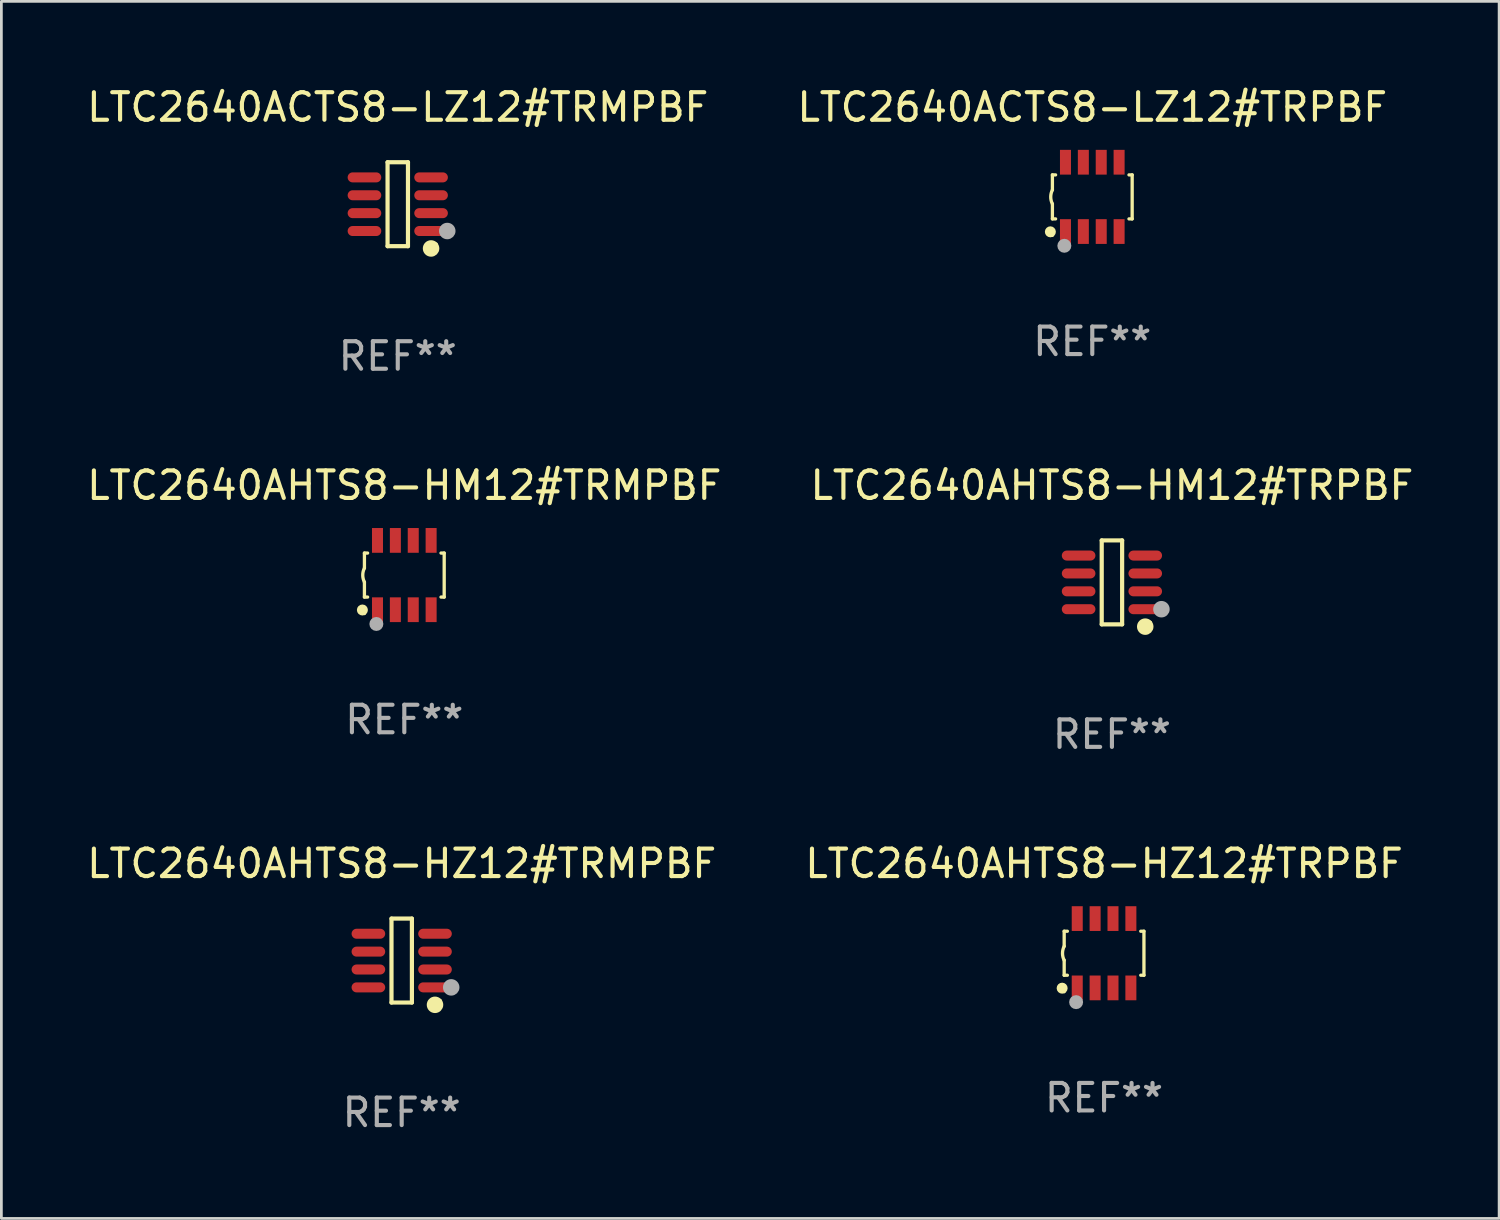
<source format=kicad_pcb>
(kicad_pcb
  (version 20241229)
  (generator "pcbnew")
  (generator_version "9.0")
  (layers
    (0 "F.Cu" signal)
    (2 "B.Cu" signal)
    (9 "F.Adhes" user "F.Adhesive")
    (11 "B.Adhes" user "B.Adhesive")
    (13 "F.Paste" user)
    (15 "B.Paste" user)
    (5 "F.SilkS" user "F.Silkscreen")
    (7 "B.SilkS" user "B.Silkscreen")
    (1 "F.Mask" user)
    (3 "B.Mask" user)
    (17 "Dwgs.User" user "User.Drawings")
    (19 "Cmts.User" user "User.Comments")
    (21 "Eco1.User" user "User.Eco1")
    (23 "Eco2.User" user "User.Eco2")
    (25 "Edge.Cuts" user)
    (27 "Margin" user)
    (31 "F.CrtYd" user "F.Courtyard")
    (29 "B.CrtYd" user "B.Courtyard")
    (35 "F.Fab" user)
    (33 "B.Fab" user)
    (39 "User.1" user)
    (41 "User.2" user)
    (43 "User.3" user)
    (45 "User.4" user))
  (footprint "LTC2640AHTS8-HZ12#TRMPBF"
    (layer "F.Cu")
    (at 11.554 31.872)
    (property "Reference" "LTC2640AHTS8-HZ12#TRMPBF" (at 0 -3.526 0) (layer "F.SilkS") (effects (font (size 1 1) (thickness 0.15))))
    (attr through_hole)
    (fp_line (start -0.371 -1.526) (end 0.371 -1.526) (stroke (width 0.152) (type solid)) (layer "F.SilkS"))
    (fp_line (start -0.371 1.526) (end -0.371 -1.526) (stroke (width 0.152) (type solid)) (layer "F.SilkS"))
    (fp_line (start 0.371 -1.526) (end 0.371 1.526) (stroke (width 0.152) (type solid)) (layer "F.SilkS"))
    (fp_line (start 0.371 1.526) (end -0.371 1.526) (stroke (width 0.152) (type solid)) (layer "F.SilkS"))
    (fp_circle (center 1.211 1.609) (end 1.361 1.609) (stroke (width 0.3) (type solid)) (fill no) (layer "F.SilkS"))
    (fp_circle (center 1.4 1.45) (end 1.43 1.45) (stroke (width 0.06) (type solid)) (fill no) (layer "F.SilkS"))
    (fp_circle (center 1.8 0.975) (end 1.95 0.975) (stroke (width 0.3) (type solid)) (fill no) (layer "F.Fab"))
    (fp_text user "REF**" (at 0 5.526 0) (layer "F.Fab") (effects (font (size 1 1) (thickness 0.15))))
    (pad "1" smd oval (at 1.211 0.975) (size 1.222 0.364) (layers "F.Cu" "F.Mask" "F.Paste"))
    (pad "2" smd oval (at 1.211 0.325) (size 1.222 0.364) (layers "F.Cu" "F.Mask" "F.Paste"))
    (pad "3" smd oval (at 1.211 -0.325) (size 1.222 0.364) (layers "F.Cu" "F.Mask" "F.Paste"))
    (pad "4" smd oval (at 1.211 -0.975) (size 1.222 0.364) (layers "F.Cu" "F.Mask" "F.Paste"))
    (pad "5" smd oval (at -1.211 -0.975) (size 1.222 0.364) (layers "F.Cu" "F.Mask" "F.Paste"))
    (pad "6" smd oval (at -1.211 -0.325) (size 1.222 0.364) (layers "F.Cu" "F.Mask" "F.Paste"))
    (pad "7" smd oval (at -1.211 0.325) (size 1.222 0.364) (layers "F.Cu" "F.Mask" "F.Paste"))
    (pad "8" smd oval (at -1.211 0.975) (size 1.222 0.364) (layers "F.Cu" "F.Mask" "F.Paste")))
  (footprint "LTC2640AHTS8-HM12#TRPBF"
    (layer "F.Cu")
    (at 37.375 18.123)
    (property "Reference" "LTC2640AHTS8-HM12#TRPBF" (at 0 -3.526 0) (layer "F.SilkS") (effects (font (size 1 1) (thickness 0.15))))
    (attr through_hole)
    (fp_line (start -0.371 -1.526) (end 0.371 -1.526) (stroke (width 0.152) (type solid)) (layer "F.SilkS"))
    (fp_line (start -0.371 1.526) (end -0.371 -1.526) (stroke (width 0.152) (type solid)) (layer "F.SilkS"))
    (fp_line (start 0.371 -1.526) (end 0.371 1.526) (stroke (width 0.152) (type solid)) (layer "F.SilkS"))
    (fp_line (start 0.371 1.526) (end -0.371 1.526) (stroke (width 0.152) (type solid)) (layer "F.SilkS"))
    (fp_circle (center 1.211 1.609) (end 1.361 1.609) (stroke (width 0.3) (type solid)) (fill no) (layer "F.SilkS"))
    (fp_circle (center 1.4 1.45) (end 1.43 1.45) (stroke (width 0.06) (type solid)) (fill no) (layer "F.SilkS"))
    (fp_circle (center 1.8 0.975) (end 1.95 0.975) (stroke (width 0.3) (type solid)) (fill no) (layer "F.Fab"))
    (fp_text user "REF**" (at 0 5.526 0) (layer "F.Fab") (effects (font (size 1 1) (thickness 0.15))))
    (pad "1" smd oval (at 1.211 0.975) (size 1.222 0.364) (layers "F.Cu" "F.Mask" "F.Paste"))
    (pad "2" smd oval (at 1.211 0.325) (size 1.222 0.364) (layers "F.Cu" "F.Mask" "F.Paste"))
    (pad "3" smd oval (at 1.211 -0.325) (size 1.222 0.364) (layers "F.Cu" "F.Mask" "F.Paste"))
    (pad "4" smd oval (at 1.211 -0.975) (size 1.222 0.364) (layers "F.Cu" "F.Mask" "F.Paste"))
    (pad "5" smd oval (at -1.211 -0.975) (size 1.222 0.364) (layers "F.Cu" "F.Mask" "F.Paste"))
    (pad "6" smd oval (at -1.211 -0.325) (size 1.222 0.364) (layers "F.Cu" "F.Mask" "F.Paste"))
    (pad "7" smd oval (at -1.211 0.325) (size 1.222 0.364) (layers "F.Cu" "F.Mask" "F.Paste"))
    (pad "8" smd oval (at -1.211 0.975) (size 1.222 0.364) (layers "F.Cu" "F.Mask" "F.Paste")))
  (footprint "LTC2640ACTS8-LZ12#TRPBF"
    (layer "F.Cu")
    (at 36.661 4.108)
    (property "Reference" "LTC2640ACTS8-LZ12#TRPBF" (at 0 -3.26 0) (layer "F.SilkS") (effects (font (size 1 1) (thickness 0.15))))
    (attr through_hole)
    (fp_line (start -1.45 -0.8) (end -1.45 -0.254) (stroke (width 0.12) (type solid)) (layer "F.SilkS"))
    (fp_line (start -1.45 -0.8) (end -1.334 -0.8) (stroke (width 0.12) (type solid)) (layer "F.SilkS"))
    (fp_line (start -1.45 0.8) (end -1.45 0.254) (stroke (width 0.12) (type solid)) (layer "F.SilkS"))
    (fp_line (start -1.45 0.8) (end -1.334 0.8) (stroke (width 0.12) (type solid)) (layer "F.SilkS"))
    (fp_line (start 1.334 -0.8) (end 1.45 -0.8) (stroke (width 0.12) (type solid)) (layer "F.SilkS"))
    (fp_line (start 1.334 0.8) (end 1.45 0.8) (stroke (width 0.12) (type solid)) (layer "F.SilkS"))
    (fp_line (start 1.45 0.8) (end 1.45 -0.8) (stroke (width 0.12) (type solid)) (layer "F.SilkS"))
    (fp_arc (start -1.45075 0.255144) (mid -1.510605 0.000434) (end -1.450013 -0.254102) (stroke (width 0.11999) (type solid)) (layer "F.SilkS"))
    (fp_circle (center -1.524 1.27) (end -1.424 1.27) (stroke (width 0.2) (type solid)) (fill no) (layer "F.SilkS"))
    (fp_circle (center -1.45 1.4) (end -1.42 1.4) (stroke (width 0.06) (type solid)) (fill no) (layer "F.SilkS"))
    (fp_circle (center -1.016 1.778) (end -0.889 1.778) (stroke (width 0.254) (type solid)) (fill no) (layer "F.Fab"))
    (fp_text user "REF**" (at 0 5.26 0) (layer "F.Fab") (effects (font (size 1 1) (thickness 0.15))))
    (pad "1" smd rect (at -0.975 1.26) (size 0.4 0.9) (layers "F.Cu" "F.Mask" "F.Paste"))
    (pad "2" smd rect (at -0.325 1.26) (size 0.4 0.9) (layers "F.Cu" "F.Mask" "F.Paste"))
    (pad "3" smd rect (at 0.325 1.26) (size 0.4 0.9) (layers "F.Cu" "F.Mask" "F.Paste"))
    (pad "4" smd rect (at 0.975 1.26) (size 0.4 0.9) (layers "F.Cu" "F.Mask" "F.Paste"))
    (pad "5" smd rect (at 0.975 -1.26) (size 0.4 0.9) (layers "F.Cu" "F.Mask" "F.Paste"))
    (pad "6" smd rect (at 0.325 -1.26) (size 0.4 0.9) (layers "F.Cu" "F.Mask" "F.Paste"))
    (pad "7" smd rect (at -0.325 -1.26) (size 0.4 0.9) (layers "F.Cu" "F.Mask" "F.Paste"))
    (pad "8" smd rect (at -0.975 -1.26) (size 0.4 0.9) (layers "F.Cu" "F.Mask" "F.Paste")))
  (footprint "LTC2640ACTS8-LZ12#TRMPBF"
    (layer "F.Cu")
    (at 11.411 4.374)
    (property "Reference" "LTC2640ACTS8-LZ12#TRMPBF" (at 0 -3.526 0) (layer "F.SilkS") (effects (font (size 1 1) (thickness 0.15))))
    (attr through_hole)
    (fp_line (start -0.371 -1.526) (end 0.371 -1.526) (stroke (width 0.152) (type solid)) (layer "F.SilkS"))
    (fp_line (start -0.371 1.526) (end -0.371 -1.526) (stroke (width 0.152) (type solid)) (layer "F.SilkS"))
    (fp_line (start 0.371 -1.526) (end 0.371 1.526) (stroke (width 0.152) (type solid)) (layer "F.SilkS"))
    (fp_line (start 0.371 1.526) (end -0.371 1.526) (stroke (width 0.152) (type solid)) (layer "F.SilkS"))
    (fp_circle (center 1.211 1.609) (end 1.361 1.609) (stroke (width 0.3) (type solid)) (fill no) (layer "F.SilkS"))
    (fp_circle (center 1.4 1.45) (end 1.43 1.45) (stroke (width 0.06) (type solid)) (fill no) (layer "F.SilkS"))
    (fp_circle (center 1.8 0.975) (end 1.95 0.975) (stroke (width 0.3) (type solid)) (fill no) (layer "F.Fab"))
    (fp_text user "REF**" (at 0 5.526 0) (layer "F.Fab") (effects (font (size 1 1) (thickness 0.15))))
    (pad "1" smd oval (at 1.211 0.975) (size 1.222 0.364) (layers "F.Cu" "F.Mask" "F.Paste"))
    (pad "2" smd oval (at 1.211 0.325) (size 1.222 0.364) (layers "F.Cu" "F.Mask" "F.Paste"))
    (pad "3" smd oval (at 1.211 -0.325) (size 1.222 0.364) (layers "F.Cu" "F.Mask" "F.Paste"))
    (pad "4" smd oval (at 1.211 -0.975) (size 1.222 0.364) (layers "F.Cu" "F.Mask" "F.Paste"))
    (pad "5" smd oval (at -1.211 -0.975) (size 1.222 0.364) (layers "F.Cu" "F.Mask" "F.Paste"))
    (pad "6" smd oval (at -1.211 -0.325) (size 1.222 0.364) (layers "F.Cu" "F.Mask" "F.Paste"))
    (pad "7" smd oval (at -1.211 0.325) (size 1.222 0.364) (layers "F.Cu" "F.Mask" "F.Paste"))
    (pad "8" smd oval (at -1.211 0.975) (size 1.222 0.364) (layers "F.Cu" "F.Mask" "F.Paste")))
  (footprint "LTC2640AHTS8-HZ12#TRPBF"
    (layer "F.Cu")
    (at 37.089 31.606)
    (property "Reference" "LTC2640AHTS8-HZ12#TRPBF" (at 0 -3.26 0) (layer "F.SilkS") (effects (font (size 1 1) (thickness 0.15))))
    (attr through_hole)
    (fp_line (start -1.45 -0.8) (end -1.45 -0.254) (stroke (width 0.12) (type solid)) (layer "F.SilkS"))
    (fp_line (start -1.45 -0.8) (end -1.334 -0.8) (stroke (width 0.12) (type solid)) (layer "F.SilkS"))
    (fp_line (start -1.45 0.8) (end -1.45 0.254) (stroke (width 0.12) (type solid)) (layer "F.SilkS"))
    (fp_line (start -1.45 0.8) (end -1.334 0.8) (stroke (width 0.12) (type solid)) (layer "F.SilkS"))
    (fp_line (start 1.334 -0.8) (end 1.45 -0.8) (stroke (width 0.12) (type solid)) (layer "F.SilkS"))
    (fp_line (start 1.334 0.8) (end 1.45 0.8) (stroke (width 0.12) (type solid)) (layer "F.SilkS"))
    (fp_line (start 1.45 0.8) (end 1.45 -0.8) (stroke (width 0.12) (type solid)) (layer "F.SilkS"))
    (fp_arc (start -1.45075 0.255144) (mid -1.510605 0.000434) (end -1.450013 -0.254102) (stroke (width 0.11999) (type solid)) (layer "F.SilkS"))
    (fp_circle (center -1.524 1.27) (end -1.424 1.27) (stroke (width 0.2) (type solid)) (fill no) (layer "F.SilkS"))
    (fp_circle (center -1.45 1.4) (end -1.42 1.4) (stroke (width 0.06) (type solid)) (fill no) (layer "F.SilkS"))
    (fp_circle (center -1.016 1.778) (end -0.889 1.778) (stroke (width 0.254) (type solid)) (fill no) (layer "F.Fab"))
    (fp_text user "REF**" (at 0 5.26 0) (layer "F.Fab") (effects (font (size 1 1) (thickness 0.15))))
    (pad "1" smd rect (at -0.975 1.26) (size 0.4 0.9) (layers "F.Cu" "F.Mask" "F.Paste"))
    (pad "2" smd rect (at -0.325 1.26) (size 0.4 0.9) (layers "F.Cu" "F.Mask" "F.Paste"))
    (pad "3" smd rect (at 0.325 1.26) (size 0.4 0.9) (layers "F.Cu" "F.Mask" "F.Paste"))
    (pad "4" smd rect (at 0.975 1.26) (size 0.4 0.9) (layers "F.Cu" "F.Mask" "F.Paste"))
    (pad "5" smd rect (at 0.975 -1.26) (size 0.4 0.9) (layers "F.Cu" "F.Mask" "F.Paste"))
    (pad "6" smd rect (at 0.325 -1.26) (size 0.4 0.9) (layers "F.Cu" "F.Mask" "F.Paste"))
    (pad "7" smd rect (at -0.325 -1.26) (size 0.4 0.9) (layers "F.Cu" "F.Mask" "F.Paste"))
    (pad "8" smd rect (at -0.975 -1.26) (size 0.4 0.9) (layers "F.Cu" "F.Mask" "F.Paste")))
  (footprint "LTC2640AHTS8-HM12#TRMPBF"
    (layer "F.Cu")
    (at 11.649 17.857)
    (property "Reference" "LTC2640AHTS8-HM12#TRMPBF" (at 0 -3.26 0) (layer "F.SilkS") (effects (font (size 1 1) (thickness 0.15))))
    (attr through_hole)
    (fp_line (start -1.45 -0.8) (end -1.45 -0.254) (stroke (width 0.12) (type solid)) (layer "F.SilkS"))
    (fp_line (start -1.45 -0.8) (end -1.334 -0.8) (stroke (width 0.12) (type solid)) (layer "F.SilkS"))
    (fp_line (start -1.45 0.8) (end -1.45 0.254) (stroke (width 0.12) (type solid)) (layer "F.SilkS"))
    (fp_line (start -1.45 0.8) (end -1.334 0.8) (stroke (width 0.12) (type solid)) (layer "F.SilkS"))
    (fp_line (start 1.334 -0.8) (end 1.45 -0.8) (stroke (width 0.12) (type solid)) (layer "F.SilkS"))
    (fp_line (start 1.334 0.8) (end 1.45 0.8) (stroke (width 0.12) (type solid)) (layer "F.SilkS"))
    (fp_line (start 1.45 0.8) (end 1.45 -0.8) (stroke (width 0.12) (type solid)) (layer "F.SilkS"))
    (fp_arc (start -1.45075 0.255144) (mid -1.510605 0.000434) (end -1.450013 -0.254102) (stroke (width 0.11999) (type solid)) (layer "F.SilkS"))
    (fp_circle (center -1.524 1.27) (end -1.424 1.27) (stroke (width 0.2) (type solid)) (fill no) (layer "F.SilkS"))
    (fp_circle (center -1.45 1.4) (end -1.42 1.4) (stroke (width 0.06) (type solid)) (fill no) (layer "F.SilkS"))
    (fp_circle (center -1.016 1.778) (end -0.889 1.778) (stroke (width 0.254) (type solid)) (fill no) (layer "F.Fab"))
    (fp_text user "REF**" (at 0 5.26 0) (layer "F.Fab") (effects (font (size 1 1) (thickness 0.15))))
    (pad "1" smd rect (at -0.975 1.26) (size 0.4 0.9) (layers "F.Cu" "F.Mask" "F.Paste"))
    (pad "2" smd rect (at -0.325 1.26) (size 0.4 0.9) (layers "F.Cu" "F.Mask" "F.Paste"))
    (pad "3" smd rect (at 0.325 1.26) (size 0.4 0.9) (layers "F.Cu" "F.Mask" "F.Paste"))
    (pad "4" smd rect (at 0.975 1.26) (size 0.4 0.9) (layers "F.Cu" "F.Mask" "F.Paste"))
    (pad "5" smd rect (at 0.975 -1.26) (size 0.4 0.9) (layers "F.Cu" "F.Mask" "F.Paste"))
    (pad "6" smd rect (at 0.325 -1.26) (size 0.4 0.9) (layers "F.Cu" "F.Mask" "F.Paste"))
    (pad "7" smd rect (at -0.325 -1.26) (size 0.4 0.9) (layers "F.Cu" "F.Mask" "F.Paste"))
    (pad "8" smd rect (at -0.975 -1.26) (size 0.4 0.9) (layers "F.Cu" "F.Mask" "F.Paste")))
  (gr_rect
    (start -3 -3)
    (end 51.452 41.247)
    (stroke (width 0.1) (type default))
    (fill no)
    (layer "Edge.Cuts")))
</source>
